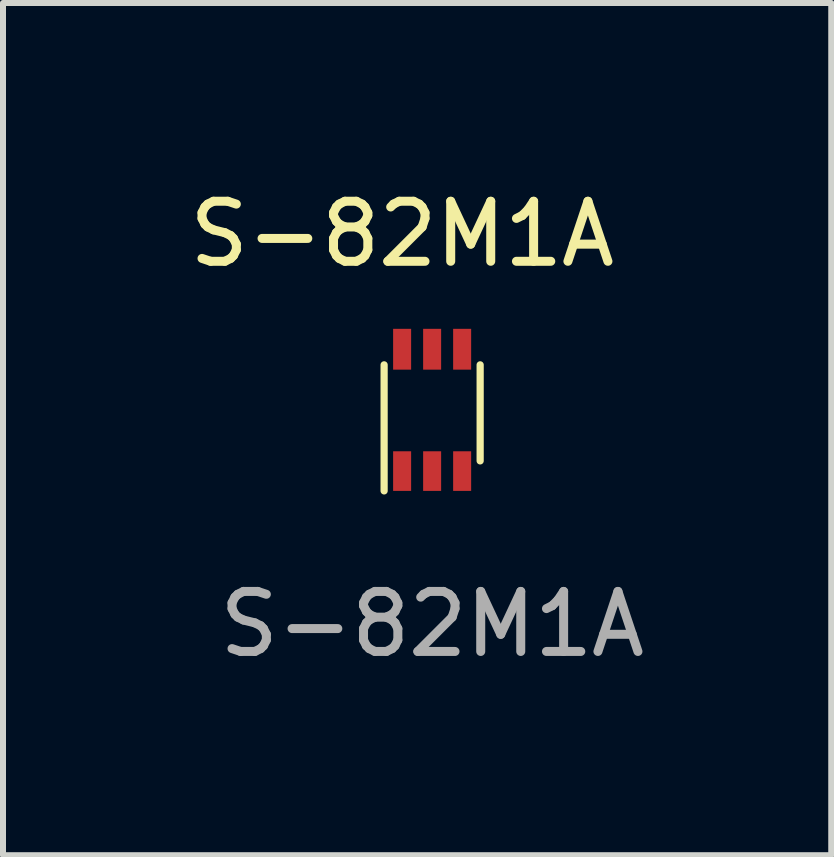
<source format=kicad_pcb>
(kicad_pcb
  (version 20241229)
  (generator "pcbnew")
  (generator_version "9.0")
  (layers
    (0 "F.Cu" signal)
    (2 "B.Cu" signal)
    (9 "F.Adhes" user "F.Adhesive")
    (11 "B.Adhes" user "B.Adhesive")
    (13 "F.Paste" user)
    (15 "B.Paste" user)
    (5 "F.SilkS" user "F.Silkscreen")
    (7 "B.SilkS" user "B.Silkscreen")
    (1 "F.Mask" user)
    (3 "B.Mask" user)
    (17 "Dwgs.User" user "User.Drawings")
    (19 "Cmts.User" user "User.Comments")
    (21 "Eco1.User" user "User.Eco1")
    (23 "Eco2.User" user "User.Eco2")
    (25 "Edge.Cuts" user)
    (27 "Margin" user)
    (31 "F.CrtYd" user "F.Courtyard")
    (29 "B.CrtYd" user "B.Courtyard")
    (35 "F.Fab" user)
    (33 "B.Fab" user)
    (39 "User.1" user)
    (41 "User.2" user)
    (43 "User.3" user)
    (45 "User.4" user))
  (footprint "S-82M1A"
    (layer "F.Cu")
    (at 3.649 4.728)
    (property "Reference" "S-82M1A" (at 0 -3.88 0) (unlocked yes) (layer "F.SilkS") (effects (font (size 1 1) (thickness 0.15))))
    (attr smd)
    (fp_line (start -0.3 0.4) (end -0.3 -1.7) (stroke (width 0.12) (type solid)) (layer "F.SilkS"))
    (fp_line (start 1.3 -0.1) (end 1.3 -1.7) (stroke (width 0.12) (type solid)) (layer "F.SilkS"))
    (fp_text user "${REFERENCE}" (at 0.5 2.62 0) (unlocked yes) (layer "F.Fab") (effects (font (size 1 1) (thickness 0.15))))
    (pad "1" smd rect (at 0 0.07 90) (size 0.66 0.3) (layers "F.Cu" "F.Mask" "F.Paste"))
    (pad "2" smd rect (at 0.5 0.07 90) (size 0.66 0.3) (layers "F.Cu" "F.Mask" "F.Paste"))
    (pad "3" smd rect (at 1 0.07 90) (size 0.66 0.3) (layers "F.Cu" "F.Mask" "F.Paste"))
    (pad "4" smd rect (at 1 -1.96 90) (size 0.68 0.3) (layers "F.Cu" "F.Mask" "F.Paste"))
    (pad "5" smd rect (at 0.5 -1.96 90) (size 0.68 0.3) (layers "F.Cu" "F.Mask" "F.Paste"))
    (pad "6" smd rect (at 0 -1.96 90) (size 0.68 0.3) (layers "F.Cu" "F.Mask" "F.Paste")))
  (gr_rect
    (start -3 -3)
    (end 10.798 11.197)
    (stroke (width 0.1) (type default))
    (fill no)
    (layer "Edge.Cuts")))
</source>
